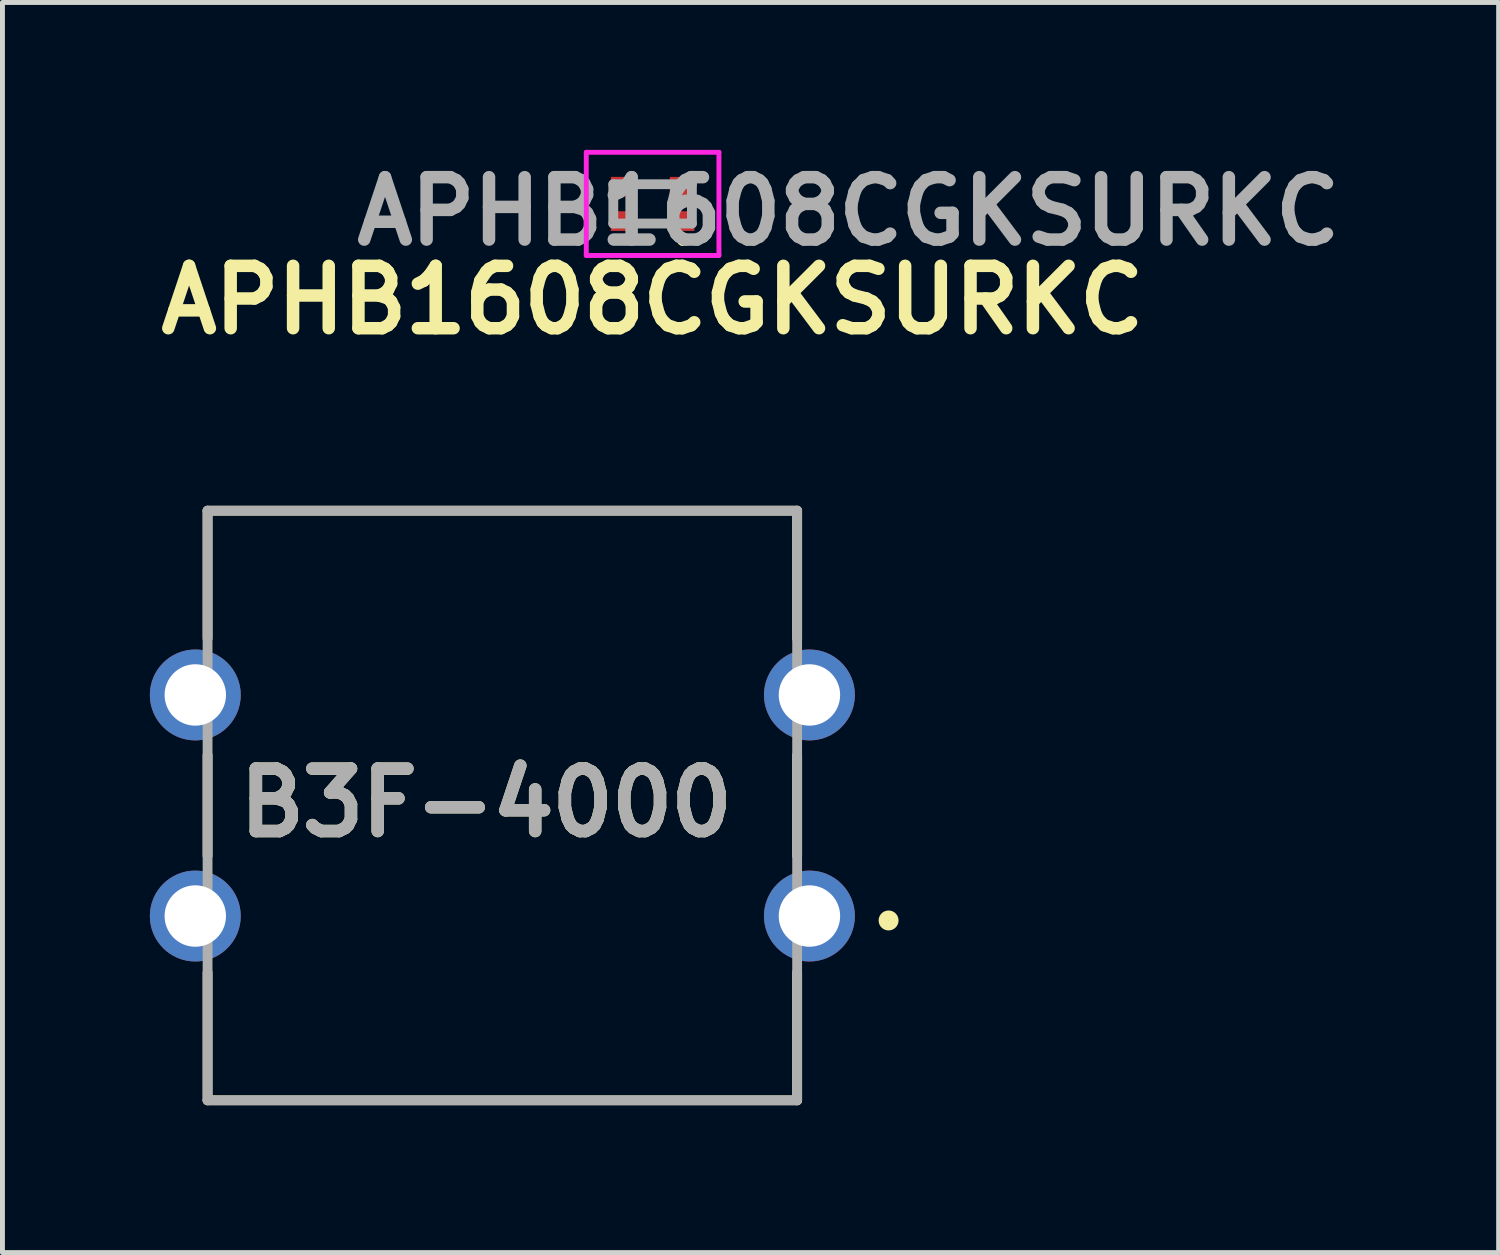
<source format=kicad_pcb>
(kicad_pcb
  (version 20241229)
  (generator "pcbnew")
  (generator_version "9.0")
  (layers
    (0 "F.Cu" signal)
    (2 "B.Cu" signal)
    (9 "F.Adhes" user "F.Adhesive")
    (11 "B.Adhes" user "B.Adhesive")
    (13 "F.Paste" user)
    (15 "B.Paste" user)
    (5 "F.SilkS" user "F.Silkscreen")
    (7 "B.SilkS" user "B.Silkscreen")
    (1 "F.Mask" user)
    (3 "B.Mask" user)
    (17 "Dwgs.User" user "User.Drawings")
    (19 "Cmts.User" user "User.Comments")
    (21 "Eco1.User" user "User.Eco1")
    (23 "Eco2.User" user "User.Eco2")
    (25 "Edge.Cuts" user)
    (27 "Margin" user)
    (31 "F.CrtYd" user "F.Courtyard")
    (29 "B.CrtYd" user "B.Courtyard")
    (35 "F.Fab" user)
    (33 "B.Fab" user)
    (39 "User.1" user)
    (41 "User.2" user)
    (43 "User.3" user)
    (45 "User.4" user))
  (footprint "APHB1608CGKSURKC"
    (layer "F.Cu")
    (at 10.233 1.1)
    (property "Reference" "APHB1608CGKSURKC" (at 0 1.956 0) (layer "F.SilkS") (effects (font (size 1.27 1.27) (thickness 0.254))))
    (attr smd)
    (fp_line (start -0.1 -0.4) (end 0.1 -0.4) (stroke (width 0.1) (type solid)) (layer "F.SilkS"))
    (fp_line (start -0.1 0.4) (end 0.1 0.4) (stroke (width 0.1) (type solid)) (layer "F.SilkS"))
    (fp_line (start 0.6 0.7) (end 0.6 0.7) (stroke (width 0.1) (type solid)) (layer "F.SilkS"))
    (fp_line (start 0.6 0.8) (end 0.6 0.8) (stroke (width 0.1) (type solid)) (layer "F.SilkS"))
    (fp_arc (start 0.6 0.7) (mid 0.65 0.75) (end 0.6 0.8) (stroke (width 0.1) (type solid)) (layer "F.SilkS"))
    (fp_arc (start 0.6 0.8) (mid 0.55 0.75) (end 0.6 0.7) (stroke (width 0.1) (type solid)) (layer "F.SilkS"))
    (fp_line (start -1.35 -1.05) (end 1.35 -1.05) (stroke (width 0.1) (type solid)) (layer "F.CrtYd"))
    (fp_line (start -1.35 1.05) (end -1.35 -1.05) (stroke (width 0.1) (type solid)) (layer "F.CrtYd"))
    (fp_line (start 1.35 -1.05) (end 1.35 1.05) (stroke (width 0.1) (type solid)) (layer "F.CrtYd"))
    (fp_line (start 1.35 1.05) (end -1.35 1.05) (stroke (width 0.1) (type solid)) (layer "F.CrtYd"))
    (fp_line (start -0.8 -0.4) (end 0.8 -0.4) (stroke (width 0.2) (type solid)) (layer "F.Fab"))
    (fp_line (start -0.8 0.4) (end -0.8 -0.4) (stroke (width 0.2) (type solid)) (layer "F.Fab"))
    (fp_line (start 0.8 -0.4) (end 0.8 0.4) (stroke (width 0.2) (type solid)) (layer "F.Fab"))
    (fp_line (start 0.8 0.4) (end -0.8 0.4) (stroke (width 0.2) (type solid)) (layer "F.Fab"))
    (fp_text user "${REFERENCE}" (at 3.988 0.152 0) (layer "F.Fab") (effects (font (size 1.27 1.27) (thickness 0.254))))
    (pad "1" smd rect (at 0.6 0.35 90) (size 0.4 0.5) (layers "F.Cu" "F.Mask" "F.Paste"))
    (pad "2" smd rect (at -0.6 0.35 90) (size 0.4 0.5) (layers "F.Cu" "F.Mask" "F.Paste"))
    (pad "3" smd rect (at 0.6 -0.35 90) (size 0.4 0.5) (layers "F.Cu" "F.Mask" "F.Paste"))
    (pad "4" smd rect (at -0.6 -0.35 90) (size 0.4 0.5) (layers "F.Cu" "F.Mask" "F.Paste")))
  (footprint "B3F-4000"
    (layer "F.Cu")
    (at 7.175 13.345)
    (property "Reference" "B3F-4000" (at -0.33 -0.055 0) (layer "F.SilkS") (effects (font (size 1.27 1.27) (thickness 0.254))))
    (attr through_hole)
    (fp_line (start -6 -6) (end -6 -3.4) (stroke (width 0.2) (type solid)) (layer "F.SilkS"))
    (fp_line (start -6 -6) (end 6 -6) (stroke (width 0.2) (type solid)) (layer "F.SilkS"))
    (fp_line (start -6 -1.025) (end -6 1.025) (stroke (width 0.2) (type solid)) (layer "F.SilkS"))
    (fp_line (start -6 6) (end -6 3.4) (stroke (width 0.2) (type solid)) (layer "F.SilkS"))
    (fp_line (start 6 -6) (end 6 -3.4) (stroke (width 0.2) (type solid)) (layer "F.SilkS"))
    (fp_line (start 6 -1.025) (end 6 1.025) (stroke (width 0.2) (type solid)) (layer "F.SilkS"))
    (fp_line (start 6 6) (end -6 6) (stroke (width 0.2) (type solid)) (layer "F.SilkS"))
    (fp_line (start 6 6) (end 6 3.4) (stroke (width 0.2) (type solid)) (layer "F.SilkS"))
    (fp_circle (center 7.861 2.34) (end 7.861 2.443) (stroke (width 0.2) (type solid)) (fill no) (layer "F.SilkS"))
    (fp_line (start -6 -6) (end 6 -6) (stroke (width 0.2) (type solid)) (layer "F.Fab"))
    (fp_line (start -6 6) (end -6 -6) (stroke (width 0.2) (type solid)) (layer "F.Fab"))
    (fp_line (start 6 -6) (end 6 6) (stroke (width 0.2) (type solid)) (layer "F.Fab"))
    (fp_line (start 6 6) (end -6 6) (stroke (width 0.2) (type solid)) (layer "F.Fab"))
    (fp_text user "${REFERENCE}" (at -0.33 -0.055 0) (layer "F.Fab") (effects (font (size 1.27 1.27) (thickness 0.254))))
    (pad "" np_thru_hole circle (at 0 -4.5) (size 0.001 0.001) (drill 1.8) (layers "*.Cu" "*.Mask"))
    (pad "" np_thru_hole circle (at 0 4.5) (size 0.001 0.001) (drill 1.8) (layers "*.Cu" "*.Mask"))
    (pad "1" thru_hole circle (at 6.25 2.25) (size 1.85 1.85) (drill 1.25) (layers "*.Cu" "*.Mask"))
    (pad "2" thru_hole circle (at -6.25 2.25) (size 1.85 1.85) (drill 1.25) (layers "*.Cu" "*.Mask"))
    (pad "3" thru_hole circle (at 6.25 -2.25) (size 1.85 1.85) (drill 1.25) (layers "*.Cu" "*.Mask"))
    (pad "4" thru_hole circle (at -6.25 -2.25) (size 1.85 1.85) (drill 1.25) (layers "*.Cu" "*.Mask")))
  (gr_rect
    (start -3 -3)
    (end 27.453 22.445)
    (stroke (width 0.1) (type default))
    (fill no)
    (layer "Edge.Cuts")))
</source>
